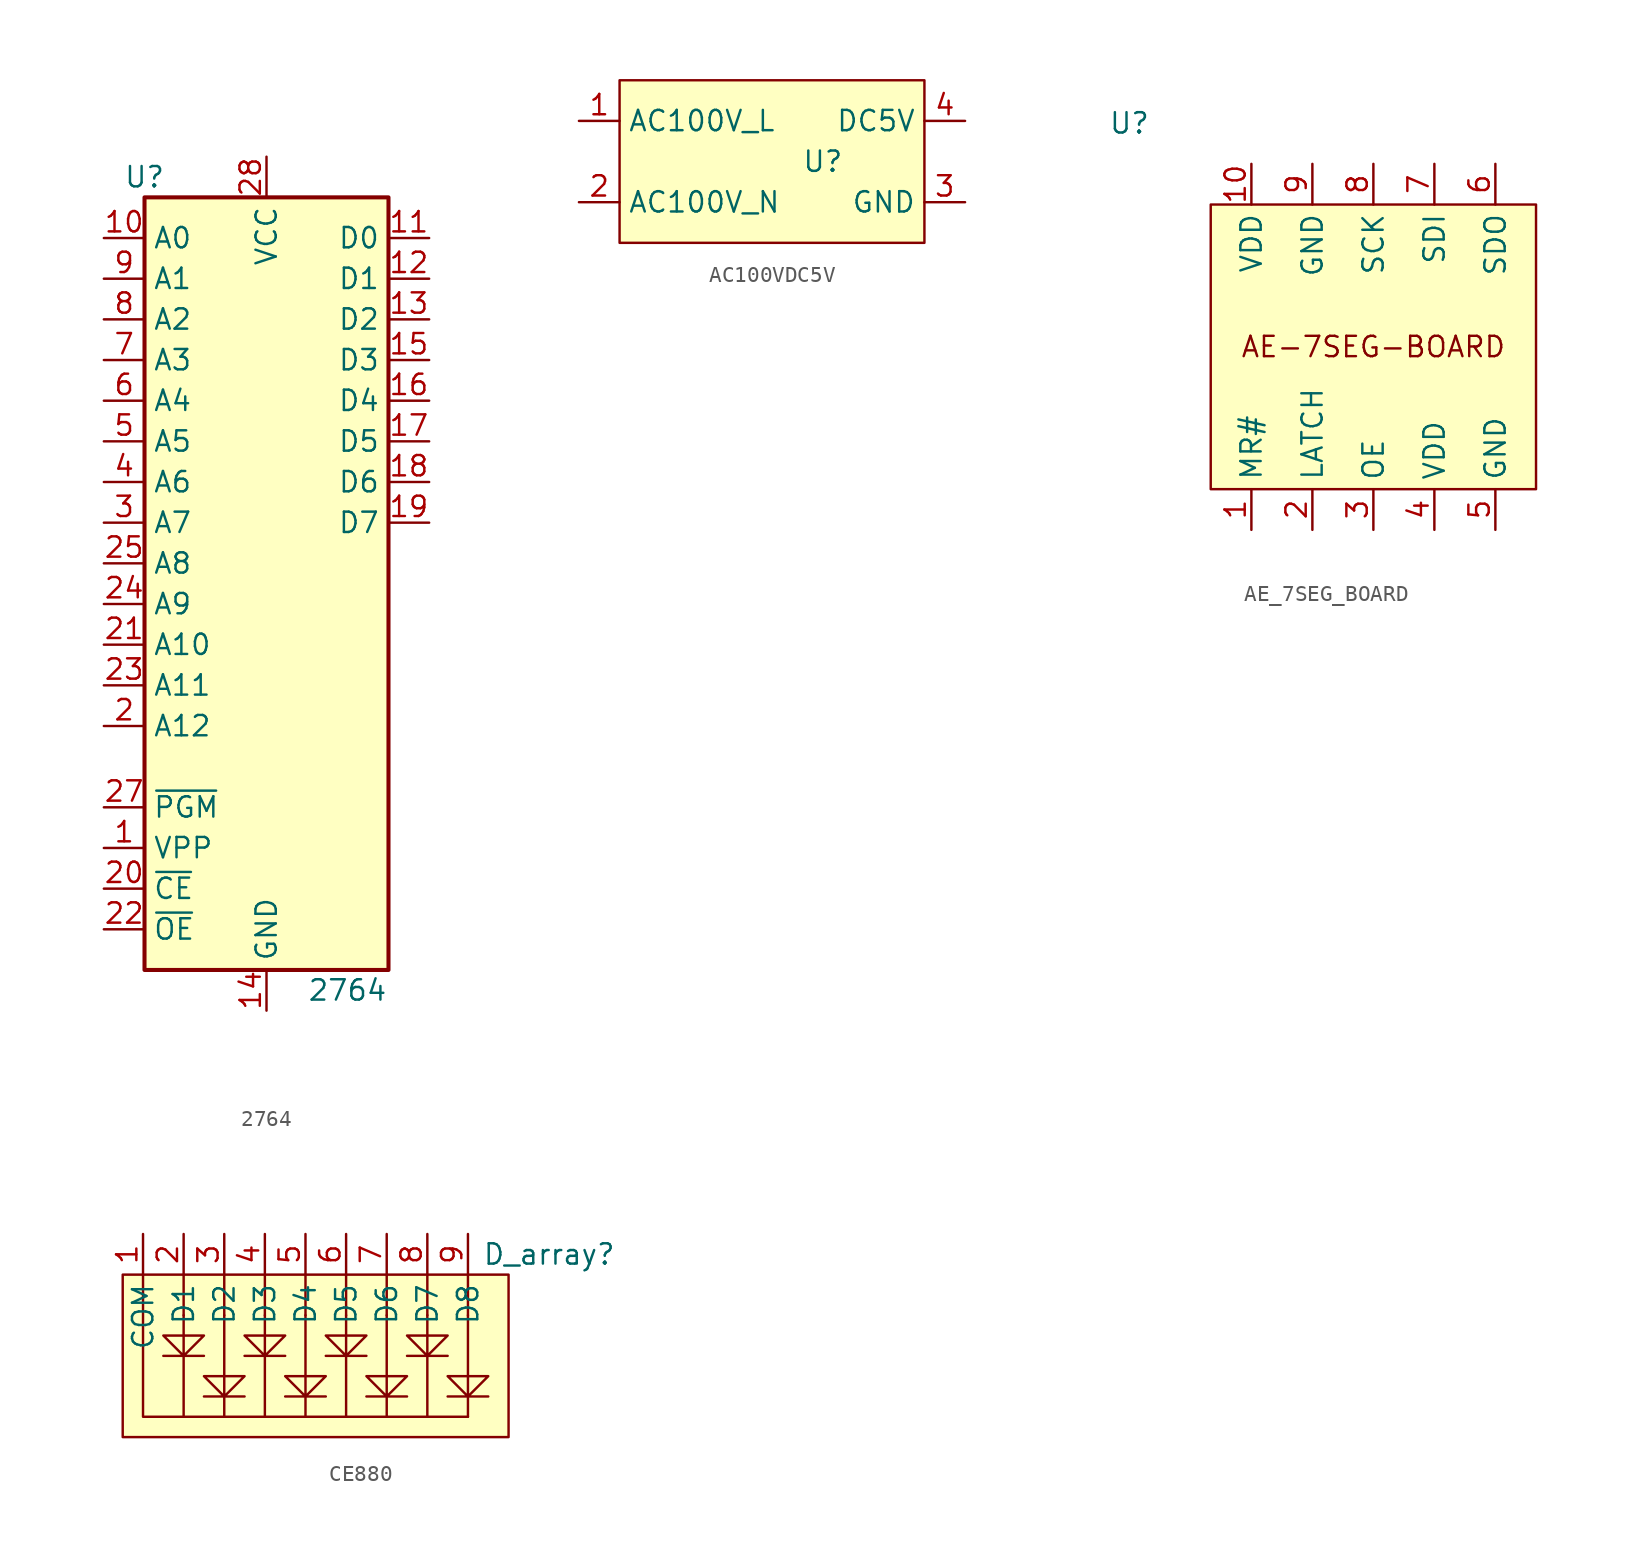
<source format=kicad_sym>
(kicad_symbol_lib
  (version 20241209)
  (generator "kicad_symbol_editor")
  (generator_version "9.0")
  (symbol "2764"
    (property "Reference" "U"
      (at -7.62 24.13 0)
      (effects (font (size 1.27 1.27))))
    (property "Value" "2764"
      (at 2.54 -26.67 0)
      (effects (font (size 1.27 1.27)) (justify left)))
    (symbol "2764_1_1"
      (rectangle (start -7.62 22.86) (end 7.62 -25.4) (stroke (width 0.254) (type default)) (fill (type background)))
      (pin input line (at -10.16 20.32 0) (length 2.54) (name "A0" (effects (font (size 1.27 1.27)))) (number "10" (effects (font (size 1.27 1.27)))))
      (pin input line (at -10.16 17.78 0) (length 2.54) (name "A1" (effects (font (size 1.27 1.27)))) (number "9" (effects (font (size 1.27 1.27)))))
      (pin input line (at -10.16 15.24 0) (length 2.54) (name "A2" (effects (font (size 1.27 1.27)))) (number "8" (effects (font (size 1.27 1.27)))))
      (pin input line (at -10.16 12.7 0) (length 2.54) (name "A3" (effects (font (size 1.27 1.27)))) (number "7" (effects (font (size 1.27 1.27)))))
      (pin input line (at -10.16 10.16 0) (length 2.54) (name "A4" (effects (font (size 1.27 1.27)))) (number "6" (effects (font (size 1.27 1.27)))))
      (pin input line (at -10.16 7.62 0) (length 2.54) (name "A5" (effects (font (size 1.27 1.27)))) (number "5" (effects (font (size 1.27 1.27)))))
      (pin input line (at -10.16 5.08 0) (length 2.54) (name "A6" (effects (font (size 1.27 1.27)))) (number "4" (effects (font (size 1.27 1.27)))))
      (pin input line (at -10.16 2.54 0) (length 2.54) (name "A7" (effects (font (size 1.27 1.27)))) (number "3" (effects (font (size 1.27 1.27)))))
      (pin input line (at -10.16 0 0) (length 2.54) (name "A8" (effects (font (size 1.27 1.27)))) (number "25" (effects (font (size 1.27 1.27)))))
      (pin input line (at -10.16 -2.54 0) (length 2.54) (name "A9" (effects (font (size 1.27 1.27)))) (number "24" (effects (font (size 1.27 1.27)))))
      (pin input line (at -10.16 -5.08 0) (length 2.54) (name "A10" (effects (font (size 1.27 1.27)))) (number "21" (effects (font (size 1.27 1.27)))))
      (pin input line (at -10.16 -7.62 0) (length 2.54) (name "A11" (effects (font (size 1.27 1.27)))) (number "23" (effects (font (size 1.27 1.27)))))
      (pin input line (at -10.16 -10.16 0) (length 2.54) (name "A12" (effects (font (size 1.27 1.27)))) (number "2" (effects (font (size 1.27 1.27)))))
      (pin input line (at -10.16 -15.24 0) (length 2.54) (name "~{PGM}" (effects (font (size 1.27 1.27)))) (number "27" (effects (font (size 1.27 1.27)))))
      (pin input line (at -10.16 -17.78 0) (length 2.54) (name "VPP" (effects (font (size 1.27 1.27)))) (number "1" (effects (font (size 1.27 1.27)))))
      (pin input line (at -10.16 -20.32 0) (length 2.54) (name "~{CE}" (effects (font (size 1.27 1.27)))) (number "20" (effects (font (size 1.27 1.27)))))
      (pin input line (at -10.16 -22.86 0) (length 2.54) (name "~{OE}" (effects (font (size 1.27 1.27)))) (number "22" (effects (font (size 1.27 1.27)))))
      (pin power_in line (at 0 25.4 270) (length 2.54) (name "VCC" (effects (font (size 1.27 1.27)))) (number "28" (effects (font (size 1.27 1.27)))))
      (pin power_in line (at 0 -27.94 90) (length 2.54) (name "GND" (effects (font (size 1.27 1.27)))) (number "14" (effects (font (size 1.27 1.27)))))
      (pin no_connect line (at 7.62 0 180) (length 2.54) (hide yes) (name "NC" (effects (font (size 1.27 1.27)))) (number "26" (effects (font (size 1.27 1.27)))))
      (pin tri_state line (at 10.16 20.32 180) (length 2.54) (name "D0" (effects (font (size 1.27 1.27)))) (number "11" (effects (font (size 1.27 1.27)))))
      (pin tri_state line (at 10.16 17.78 180) (length 2.54) (name "D1" (effects (font (size 1.27 1.27)))) (number "12" (effects (font (size 1.27 1.27)))))
      (pin tri_state line (at 10.16 15.24 180) (length 2.54) (name "D2" (effects (font (size 1.27 1.27)))) (number "13" (effects (font (size 1.27 1.27)))))
      (pin tri_state line (at 10.16 12.7 180) (length 2.54) (name "D3" (effects (font (size 1.27 1.27)))) (number "15" (effects (font (size 1.27 1.27)))))
      (pin tri_state line (at 10.16 10.16 180) (length 2.54) (name "D4" (effects (font (size 1.27 1.27)))) (number "16" (effects (font (size 1.27 1.27)))))
      (pin tri_state line (at 10.16 7.62 180) (length 2.54) (name "D5" (effects (font (size 1.27 1.27)))) (number "17" (effects (font (size 1.27 1.27)))))
      (pin tri_state line (at 10.16 5.08 180) (length 2.54) (name "D6" (effects (font (size 1.27 1.27)))) (number "18" (effects (font (size 1.27 1.27)))))
      (pin tri_state line (at 10.16 2.54 180) (length 2.54) (name "D7" (effects (font (size 1.27 1.27)))) (number "19" (effects (font (size 1.27 1.27)))))))
  (symbol "AC100VDC5V"
    (property "Reference" "U"
      (at 0 0 0)
      (effects (font (size 1.27 1.27))))
    (symbol "AC100VDC5V_1_1"
      (rectangle (start -12.7 5.08) (end 6.35 -5.08) (stroke (width 0) (type default)) (fill (type background)))
      (pin passive line (at -15.24 2.54 0) (length 2.54) (name "AC100V_L" (effects (font (size 1.27 1.27)))) (number "1" (effects (font (size 1.27 1.27)))))
      (pin passive line (at -15.24 -2.54 0) (length 2.54) (name "AC100V_N" (effects (font (size 1.27 1.27)))) (number "2" (effects (font (size 1.27 1.27)))))
      (pin passive line (at 8.89 2.54 180) (length 2.54) (name "DC5V" (effects (font (size 1.27 1.27)))) (number "4" (effects (font (size 1.27 1.27)))))
      (pin passive line (at 8.89 -2.54 180) (length 2.54) (name "GND" (effects (font (size 1.27 1.27)))) (number "3" (effects (font (size 1.27 1.27)))))))
  (symbol "AE_7SEG_BOARD"
    (property "Reference" "U"
      (at -15.24 12.7 0)
      (effects (font (size 1.27 1.27))))
    (property "Value" ""
      (at -1.093 5.295 0)
      (effects (font (size 1.27 1.27))))
    (symbol "AE_7SEG_BOARD_1_1"
      (rectangle (start -10.16 7.62) (end 10.16 -10.16) (stroke (width 0) (type default)) (fill (type background)))
      (text "AE-7SEG-BOARD" (at 0 -1.27 0) (effects (font (size 1.27 1.27))))
      (pin power_in line (at -7.62 10.16 270) (length 2.54) (name "VDD" (effects (font (size 1.27 1.27)))) (number "10" (effects (font (size 1.27 1.27)))))
      (pin passive line (at -7.62 -12.7 90) (length 2.54) (name "MR#" (effects (font (size 1.27 1.27)))) (number "1" (effects (font (size 1.27 1.27)))))
      (pin passive line (at -3.81 10.16 270) (length 2.54) (name "GND" (effects (font (size 1.27 1.27)))) (number "9" (effects (font (size 1.27 1.27)))))
      (pin passive line (at -3.81 -12.7 90) (length 2.54) (name "LATCH" (effects (font (size 1.27 1.27)))) (number "2" (effects (font (size 1.27 1.27)))))
      (pin passive line (at 0 10.16 270) (length 2.54) (name "SCK" (effects (font (size 1.27 1.27)))) (number "8" (effects (font (size 1.27 1.27)))))
      (pin passive line (at 0 -12.7 90) (length 2.54) (name "OE" (effects (font (size 1.27 1.27)))) (number "3" (effects (font (size 1.27 1.27)))))
      (pin passive line (at 3.81 10.16 270) (length 2.54) (name "SDI" (effects (font (size 1.27 1.27)))) (number "7" (effects (font (size 1.27 1.27)))))
      (pin power_in line (at 3.81 -12.7 90) (length 2.54) (name "VDD" (effects (font (size 1.27 1.27)))) (number "4" (effects (font (size 1.27 1.27)))))
      (pin passive line (at 7.62 10.16 270) (length 2.54) (name "SDO" (effects (font (size 1.27 1.27)))) (number "6" (effects (font (size 1.27 1.27)))))
      (pin passive line (at 7.62 -12.7 90) (length 2.54) (name "GND" (effects (font (size 1.27 1.27)))) (number "5" (effects (font (size 1.27 1.27)))))))
  (symbol "CE880"
    (property "Reference" "D_array"
      (at 13.97 0 0)
      (effects (font (size 1.27 1.27))))
    (property "Value" ""
      (at 3.81 -8.89 0)
      (effects (font (size 1.27 1.27))))
    (symbol "CE880_0_1"
      (polyline (pts (xy -11.43 -1.27) (xy -11.43 -10.16) (xy 8.89 -10.16)) (stroke (width 0) (type default)) (fill (type none)))
      (polyline (pts (xy -8.89 -3.81) (xy -8.89 -1.27)) (stroke (width 0) (type default)) (fill (type none)))
      (polyline (pts (xy -7.62 -6.35) (xy -10.16 -6.35) (xy -8.89 -6.35) (xy -7.62 -5.08) (xy -10.16 -5.08) (xy -8.89 -6.35) (xy -8.89 -3.81) (xy -8.89 -10.16)) (stroke (width 0) (type default)) (fill (type none)))
      (polyline (pts (xy -6.35 -3.81) (xy -6.35 -1.27)) (stroke (width 0) (type default)) (fill (type none)))
      (polyline (pts (xy -6.35 -8.89) (xy -5.08 -7.62) (xy -7.62 -7.62) (xy -6.35 -8.89) (xy -5.08 -8.89) (xy -7.62 -8.89) (xy -6.35 -8.89) (xy -6.35 -5.08) (xy -6.35 -3.81) (xy -6.35 -10.16)) (stroke (width 0) (type default)) (fill (type none)))
      (polyline (pts (xy -3.81 -3.81) (xy -3.81 -1.27)) (stroke (width 0) (type default)) (fill (type none)))
      (polyline (pts (xy -2.54 -6.35) (xy -5.08 -6.35) (xy -3.81 -6.35) (xy -2.54 -5.08) (xy -5.08 -5.08) (xy -3.81 -6.35) (xy -3.81 -3.81) (xy -3.81 -10.16)) (stroke (width 0) (type default)) (fill (type none)))
      (polyline (pts (xy -1.27 -3.81) (xy -1.27 -1.27)) (stroke (width 0) (type default)) (fill (type none)))
      (polyline (pts (xy -1.27 -8.89) (xy 0 -7.62) (xy -2.54 -7.62) (xy -1.27 -8.89) (xy 0 -8.89) (xy -2.54 -8.89) (xy -1.27 -8.89) (xy -1.27 -5.08) (xy -1.27 -3.81) (xy -1.27 -10.16)) (stroke (width 0) (type default)) (fill (type none)))
      (polyline (pts (xy 1.27 -3.81) (xy 1.27 -1.27)) (stroke (width 0) (type default)) (fill (type none)))
      (polyline (pts (xy 2.54 -6.35) (xy 0 -6.35) (xy 1.27 -6.35) (xy 2.54 -5.08) (xy 0 -5.08) (xy 1.27 -6.35) (xy 1.27 -3.81) (xy 1.27 -10.16)) (stroke (width 0) (type default)) (fill (type none)))
      (polyline (pts (xy 3.81 -3.81) (xy 3.81 -1.27)) (stroke (width 0) (type default)) (fill (type none)))
      (polyline (pts (xy 3.81 -8.89) (xy 5.08 -7.62) (xy 2.54 -7.62) (xy 3.81 -8.89) (xy 5.08 -8.89) (xy 2.54 -8.89) (xy 3.81 -8.89) (xy 3.81 -5.08) (xy 3.81 -3.81) (xy 3.81 -10.16)) (stroke (width 0) (type default)) (fill (type none)))
      (polyline (pts (xy 6.35 -3.81) (xy 6.35 -1.27)) (stroke (width 0) (type default)) (fill (type none)))
      (polyline (pts (xy 7.62 -6.35) (xy 5.08 -6.35) (xy 6.35 -6.35) (xy 7.62 -5.08) (xy 5.08 -5.08) (xy 6.35 -6.35) (xy 6.35 -3.81) (xy 6.35 -10.16)) (stroke (width 0) (type default)) (fill (type none)))
      (polyline (pts (xy 8.89 -3.81) (xy 8.89 -1.27)) (stroke (width 0) (type default)) (fill (type none)))
      (polyline (pts (xy 8.89 -8.89) (xy 10.16 -7.62) (xy 7.62 -7.62) (xy 8.89 -8.89) (xy 10.16 -8.89) (xy 7.62 -8.89) (xy 8.89 -8.89) (xy 8.89 -5.08) (xy 8.89 -3.81) (xy 8.89 -10.16)) (stroke (width 0) (type default)) (fill (type none))))
    (symbol "CE880_1_1"
      (rectangle (start 11.43 -11.43) (end -12.7 -1.27) (stroke (width 0) (type default)) (fill (type background)))
      (pin passive line (at -11.43 1.27 270) (length 2.54) (name "COM" (effects (font (size 1.27 1.27)))) (number "1" (effects (font (size 1.27 1.27)))))
      (pin passive line (at -8.89 1.27 270) (length 2.54) (name "D1" (effects (font (size 1.27 1.27)))) (number "2" (effects (font (size 1.27 1.27)))))
      (pin passive line (at -6.35 1.27 270) (length 2.54) (name "D2" (effects (font (size 1.27 1.27)))) (number "3" (effects (font (size 1.27 1.27)))))
      (pin passive line (at -3.81 1.27 270) (length 2.54) (name "D3" (effects (font (size 1.27 1.27)))) (number "4" (effects (font (size 1.27 1.27)))))
      (pin passive line (at -1.27 1.27 270) (length 2.54) (name "D4" (effects (font (size 1.27 1.27)))) (number "5" (effects (font (size 1.27 1.27)))))
      (pin passive line (at 1.27 1.27 270) (length 2.54) (name "D5" (effects (font (size 1.27 1.27)))) (number "6" (effects (font (size 1.27 1.27)))))
      (pin passive line (at 3.81 1.27 270) (length 2.54) (name "D6" (effects (font (size 1.27 1.27)))) (number "7" (effects (font (size 1.27 1.27)))))
      (pin passive line (at 6.35 1.27 270) (length 2.54) (name "D7" (effects (font (size 1.27 1.27)))) (number "8" (effects (font (size 1.27 1.27)))))
      (pin passive line (at 8.89 1.27 270) (length 2.54) (name "D8" (effects (font (size 1.27 1.27)))) (number "9" (effects (font (size 1.27 1.27))))))))
</source>
